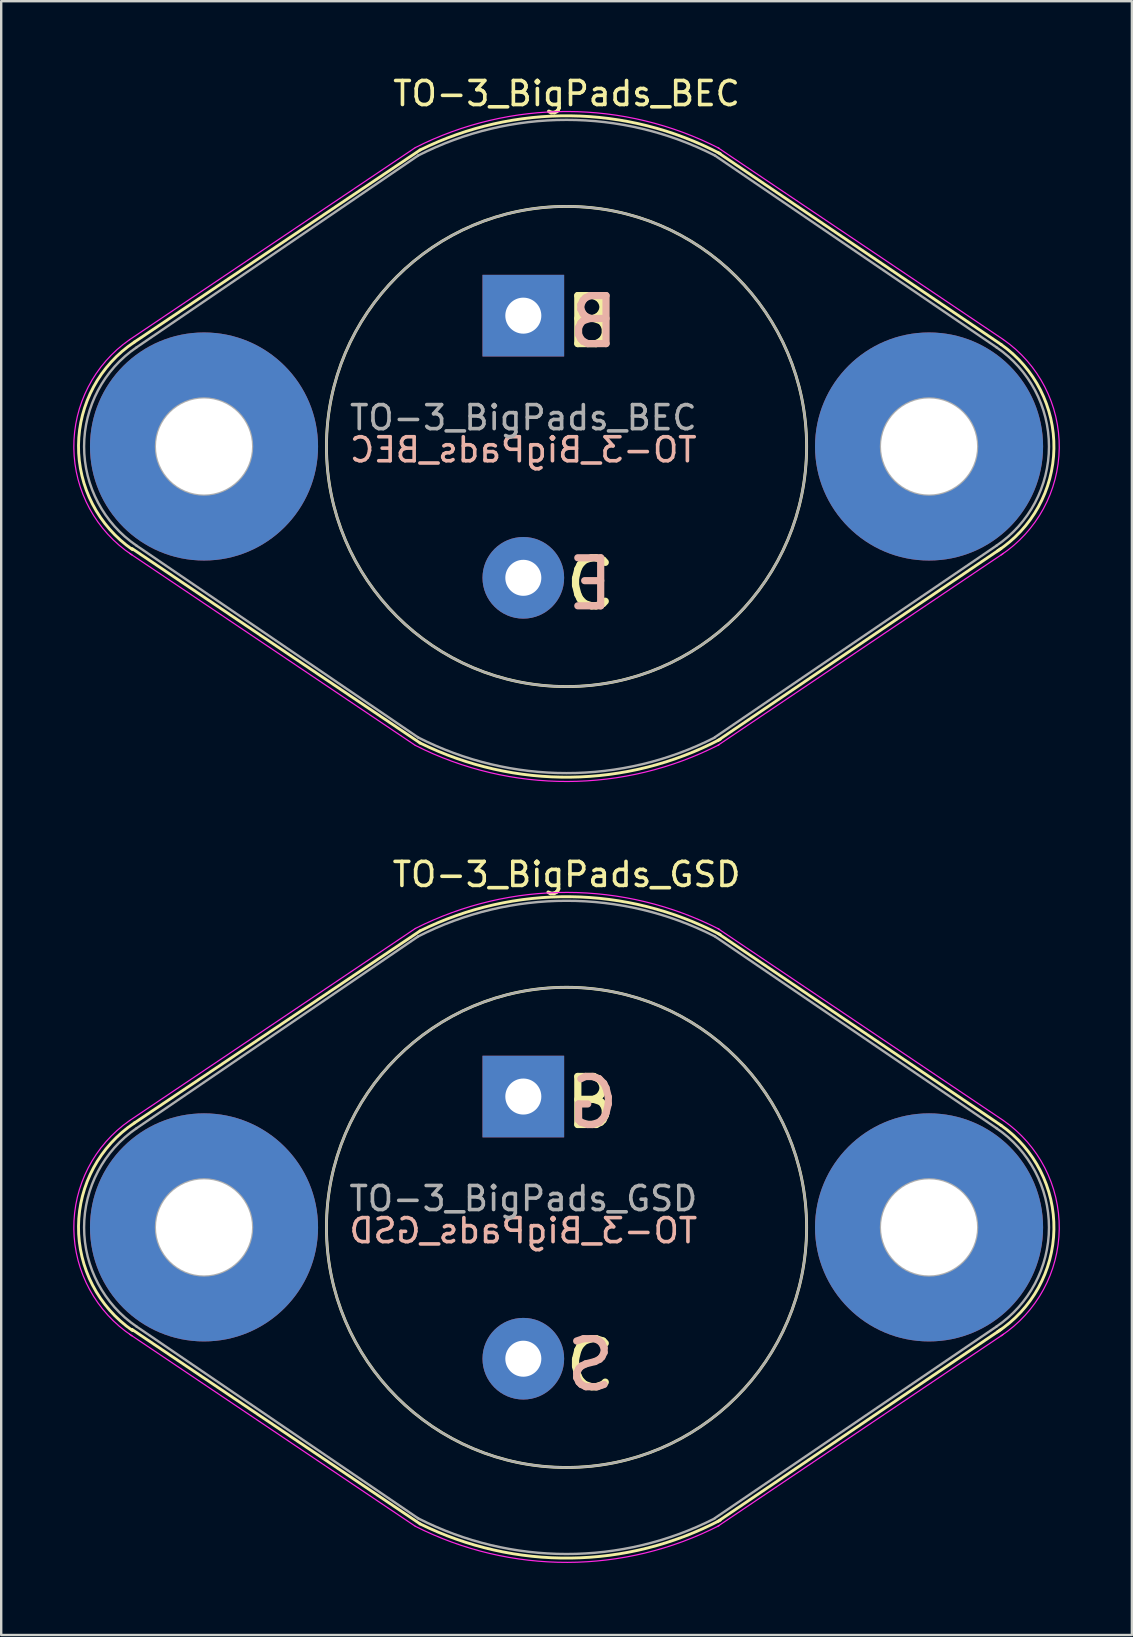
<source format=kicad_pcb>
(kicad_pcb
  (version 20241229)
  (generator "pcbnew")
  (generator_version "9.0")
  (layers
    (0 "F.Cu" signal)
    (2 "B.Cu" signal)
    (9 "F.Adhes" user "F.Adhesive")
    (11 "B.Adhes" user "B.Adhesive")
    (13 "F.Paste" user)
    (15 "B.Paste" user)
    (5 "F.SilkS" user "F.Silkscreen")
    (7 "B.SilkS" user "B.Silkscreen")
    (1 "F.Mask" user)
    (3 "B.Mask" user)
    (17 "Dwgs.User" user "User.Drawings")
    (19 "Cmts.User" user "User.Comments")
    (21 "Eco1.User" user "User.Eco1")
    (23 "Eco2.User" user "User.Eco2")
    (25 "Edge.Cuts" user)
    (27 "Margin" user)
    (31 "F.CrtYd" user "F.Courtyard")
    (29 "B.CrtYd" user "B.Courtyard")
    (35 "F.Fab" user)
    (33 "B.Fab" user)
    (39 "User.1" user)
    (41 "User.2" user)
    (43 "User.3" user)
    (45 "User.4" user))
  (footprint "TO-3_BigPads_BEC"
    (layer "F.Cu")
    (at 18.748 10.098)
    (property "Reference" "TO-3_BigPads_BEC" (at 1.8 -9.25 0) (layer "F.SilkS") (effects (font (size 1 1) (thickness 0.15))))
    (fp_line (start -4.3 -6.9) (end -16.2 1.1) (stroke (width 0.12) (type solid)) (layer "F.SilkS"))
    (fp_line (start -4.3 17.8) (end -16.3 9.7) (stroke (width 0.12) (type solid)) (layer "F.SilkS"))
    (fp_line (start 8.1 -6.8) (end 19.9 1.2) (stroke (width 0.12) (type solid)) (layer "F.SilkS"))
    (fp_line (start 8.1 17.7) (end 19.9 9.7) (stroke (width 0.12) (type solid)) (layer "F.SilkS"))
    (fp_arc (start -16.276967 9.747694) (mid -18.527843 5.403471) (end -16.2 1.1) (stroke (width 0.12) (type solid)) (layer "F.SilkS"))
    (fp_arc (start -4.3 -6.9) (mid 1.971643 -8.323273) (end 8.20587 -6.744152) (stroke (width 0.12) (type solid)) (layer "F.SilkS"))
    (fp_arc (start 8.20587 17.644152) (mid 1.971643 19.223273) (end -4.3 17.8) (stroke (width 0.12) (type solid)) (layer "F.SilkS"))
    (fp_arc (start 19.9 1.2) (mid 22.101343 5.542388) (end 19.747176 9.803859) (stroke (width 0.12) (type solid)) (layer "F.SilkS"))
    (fp_circle (center 1.8 5.45) (end 11.8 5.4) (stroke (width 0.12) (type solid)) (fill no) (layer "F.SilkS"))
    (fp_line (start -4.5 -7) (end -16.4 1) (stroke (width 0.05) (type solid)) (layer "F.CrtYd"))
    (fp_line (start -4.5 17.9) (end -16.4 9.9) (stroke (width 0.05) (type solid)) (layer "F.CrtYd"))
    (fp_line (start 8.1 -7) (end 20 1) (stroke (width 0.05) (type solid)) (layer "F.CrtYd"))
    (fp_line (start 8.1 17.9) (end 20 9.9) (stroke (width 0.05) (type solid)) (layer "F.CrtYd"))
    (fp_arc (start -16.296319 9.970461) (mid -18.722967 5.512679) (end -16.4 1) (stroke (width 0.05) (type solid)) (layer "F.CrtYd"))
    (fp_arc (start -4.5 -7) (mid 1.83884 -8.503171) (end 8.169214 -6.964733) (stroke (width 0.05) (type solid)) (layer "F.CrtYd"))
    (fp_arc (start 8.169214 17.864733) (mid 1.83884 19.403171) (end -4.5 17.9) (stroke (width 0.05) (type solid)) (layer "F.CrtYd"))
    (fp_arc (start 20 1) (mid 22.322967 5.512679) (end 19.896319 9.970461) (stroke (width 0.05) (type solid)) (layer "F.CrtYd"))
    (fp_line (start -4.38 -6.67) (end -16.11 1.32) (stroke (width 0.1) (type solid)) (layer "F.Fab"))
    (fp_line (start -4.38 17.57) (end -16.11 9.58) (stroke (width 0.1) (type solid)) (layer "F.Fab"))
    (fp_line (start 7.98 -6.67) (end 19.71 1.32) (stroke (width 0.1) (type solid)) (layer "F.Fab"))
    (fp_line (start 7.98 17.56) (end 19.71 9.58) (stroke (width 0.1) (type solid)) (layer "F.Fab"))
    (fp_arc (start -16.105547 9.583026) (mid -18.295297 5.452692) (end -16.11 1.32) (stroke (width 0.1) (type solid)) (layer "F.Fab"))
    (fp_arc (start -4.38 -6.67) (mid 1.795945 -8.15466) (end 7.972773 -6.673682) (stroke (width 0.1) (type solid)) (layer "F.Fab"))
    (fp_arc (start 7.972773 17.573682) (mid 1.795945 19.05466) (end -4.38 17.57) (stroke (width 0.1) (type solid)) (layer "F.Fab"))
    (fp_arc (start 19.71 1.32) (mid 21.895297 5.452692) (end 19.705547 9.583026) (stroke (width 0.1) (type solid)) (layer "F.Fab"))
    (fp_circle (center -13.3 5.45) (end -15.3 5.45) (stroke (width 0.1) (type solid)) (fill no) (layer "F.Fab"))
    (fp_circle (center 1.8 5.45) (end 11.8 5.45) (stroke (width 0.1) (type solid)) (fill no) (layer "F.Fab"))
    (fp_circle (center 16.9 5.45) (end 18.9 5.45) (stroke (width 0.1) (type solid)) (fill no) (layer "F.Fab"))
    (fp_text user "C" (at 2.794 11.176 0) (unlocked yes) (layer "F.SilkS") (effects (font (size 2 2) (thickness 0.3))))
    (fp_text user "B" (at 2.794 0.254 0) (unlocked yes) (layer "F.SilkS") (effects (font (size 2 2) (thickness 0.3))))
    (fp_text user "E" (at 2.794 11.176 0) (unlocked yes) (layer "B.SilkS") (effects (font (size 2 2) (thickness 0.3)) (justify mirror)))
    (fp_text user "${REFERENCE}" (at 0 5.588 0) (layer "B.SilkS") (effects (font (size 1 1) (thickness 0.15)) (justify mirror)))
    (fp_text user "B" (at 2.921 0.254 0) (unlocked yes) (layer "B.SilkS") (effects (font (size 2 2) (thickness 0.3)) (justify mirror)))
    (fp_text user "${REFERENCE}" (at 0 4.25 0) (layer "F.Fab") (effects (font (size 1 1) (thickness 0.15))))
    (pad "1" thru_hole rect (at 0 0) (size 3.4 3.4) (drill 1.5) (layers "*.Cu" "*.Mask"))
    (pad "2" thru_hole circle (at 0 10.92) (size 3.4 3.4) (drill 1.5) (layers "*.Cu" "*.Mask"))
    (pad "3" thru_hole circle (at -13.3 5.45) (size 9.5 9.5) (drill 4) (layers "*.Cu" "*.Mask"))
    (pad "3" thru_hole circle (at 16.9 5.45) (size 9.5 9.5) (drill 4) (layers "*.Cu" "*.Mask")))
  (footprint "TO-3_BigPads_GSD"
    (layer "F.Cu")
    (at 18.748 42.625)
    (property "Reference" "TO-3_BigPads_GSD" (at 1.8 -9.25 0) (layer "F.SilkS") (effects (font (size 1 1) (thickness 0.15))))
    (fp_line (start -4.3 -6.9) (end -16.2 1.1) (stroke (width 0.12) (type solid)) (layer "F.SilkS"))
    (fp_line (start -4.3 17.8) (end -16.3 9.7) (stroke (width 0.12) (type solid)) (layer "F.SilkS"))
    (fp_line (start 8.1 -6.8) (end 19.9 1.2) (stroke (width 0.12) (type solid)) (layer "F.SilkS"))
    (fp_line (start 8.1 17.7) (end 19.9 9.7) (stroke (width 0.12) (type solid)) (layer "F.SilkS"))
    (fp_arc (start -16.276967 9.747694) (mid -18.527843 5.403471) (end -16.2 1.1) (stroke (width 0.12) (type solid)) (layer "F.SilkS"))
    (fp_arc (start -4.3 -6.9) (mid 1.971643 -8.323273) (end 8.20587 -6.744152) (stroke (width 0.12) (type solid)) (layer "F.SilkS"))
    (fp_arc (start 8.20587 17.644152) (mid 1.971643 19.223273) (end -4.3 17.8) (stroke (width 0.12) (type solid)) (layer "F.SilkS"))
    (fp_arc (start 19.9 1.2) (mid 22.101343 5.542388) (end 19.747176 9.803859) (stroke (width 0.12) (type solid)) (layer "F.SilkS"))
    (fp_circle (center 1.8 5.45) (end 11.8 5.4) (stroke (width 0.12) (type solid)) (fill no) (layer "F.SilkS"))
    (fp_line (start -4.5 -7) (end -16.4 1) (stroke (width 0.05) (type solid)) (layer "F.CrtYd"))
    (fp_line (start -4.5 17.9) (end -16.4 9.9) (stroke (width 0.05) (type solid)) (layer "F.CrtYd"))
    (fp_line (start 8.1 -7) (end 20 1) (stroke (width 0.05) (type solid)) (layer "F.CrtYd"))
    (fp_line (start 8.1 17.9) (end 20 9.9) (stroke (width 0.05) (type solid)) (layer "F.CrtYd"))
    (fp_arc (start -16.296319 9.970461) (mid -18.722967 5.512679) (end -16.4 1) (stroke (width 0.05) (type solid)) (layer "F.CrtYd"))
    (fp_arc (start -4.5 -7) (mid 1.83884 -8.503171) (end 8.169214 -6.964733) (stroke (width 0.05) (type solid)) (layer "F.CrtYd"))
    (fp_arc (start 8.169214 17.864733) (mid 1.83884 19.403171) (end -4.5 17.9) (stroke (width 0.05) (type solid)) (layer "F.CrtYd"))
    (fp_arc (start 20 1) (mid 22.322967 5.512679) (end 19.896319 9.970461) (stroke (width 0.05) (type solid)) (layer "F.CrtYd"))
    (fp_line (start -4.38 -6.67) (end -16.11 1.32) (stroke (width 0.1) (type solid)) (layer "F.Fab"))
    (fp_line (start -4.38 17.57) (end -16.11 9.58) (stroke (width 0.1) (type solid)) (layer "F.Fab"))
    (fp_line (start 7.98 -6.67) (end 19.71 1.32) (stroke (width 0.1) (type solid)) (layer "F.Fab"))
    (fp_line (start 7.98 17.56) (end 19.71 9.58) (stroke (width 0.1) (type solid)) (layer "F.Fab"))
    (fp_arc (start -16.105547 9.583026) (mid -18.295297 5.452692) (end -16.11 1.32) (stroke (width 0.1) (type solid)) (layer "F.Fab"))
    (fp_arc (start -4.38 -6.67) (mid 1.795945 -8.15466) (end 7.972773 -6.673682) (stroke (width 0.1) (type solid)) (layer "F.Fab"))
    (fp_arc (start 7.972773 17.573682) (mid 1.795945 19.05466) (end -4.38 17.57) (stroke (width 0.1) (type solid)) (layer "F.Fab"))
    (fp_arc (start 19.71 1.32) (mid 21.895297 5.452692) (end 19.705547 9.583026) (stroke (width 0.1) (type solid)) (layer "F.Fab"))
    (fp_circle (center -13.3 5.45) (end -15.3 5.45) (stroke (width 0.1) (type solid)) (fill no) (layer "F.Fab"))
    (fp_circle (center 1.8 5.45) (end 11.8 5.45) (stroke (width 0.1) (type solid)) (fill no) (layer "F.Fab"))
    (fp_circle (center 16.9 5.45) (end 18.9 5.45) (stroke (width 0.1) (type solid)) (fill no) (layer "F.Fab"))
    (fp_text user "B" (at 2.794 0.254 0) (unlocked yes) (layer "F.SilkS") (effects (font (size 2 2) (thickness 0.3))))
    (fp_text user "C" (at 2.794 11.176 0) (unlocked yes) (layer "F.SilkS") (effects (font (size 2 2) (thickness 0.3))))
    (fp_text user "G" (at 2.921 0.254 0) (unlocked yes) (layer "B.SilkS") (effects (font (size 2 2) (thickness 0.3)) (justify mirror)))
    (fp_text user "S" (at 2.794 11.176 0) (unlocked yes) (layer "B.SilkS") (effects (font (size 2 2) (thickness 0.3)) (justify mirror)))
    (fp_text user "${REFERENCE}" (at 0 5.588 0) (layer "B.SilkS") (effects (font (size 1 1) (thickness 0.15)) (justify mirror)))
    (fp_text user "${REFERENCE}" (at 0 4.25 0) (layer "F.Fab") (effects (font (size 1 1) (thickness 0.15))))
    (pad "1" thru_hole rect (at 0 0) (size 3.4 3.4) (drill 1.5) (layers "*.Cu" "*.Mask"))
    (pad "2" thru_hole circle (at 0 10.92) (size 3.4 3.4) (drill 1.5) (layers "*.Cu" "*.Mask"))
    (pad "3" thru_hole circle (at -13.3 5.45) (size 9.5 9.5) (drill 4) (layers "*.Cu" "*.Mask"))
    (pad "3" thru_hole circle (at 16.9 5.45) (size 9.5 9.5) (drill 4) (layers "*.Cu" "*.Mask")))
  (gr_rect
    (start -3 -3)
    (end 44.097 65.053)
    (stroke (width 0.1) (type default))
    (fill no)
    (layer "Edge.Cuts")))
</source>
